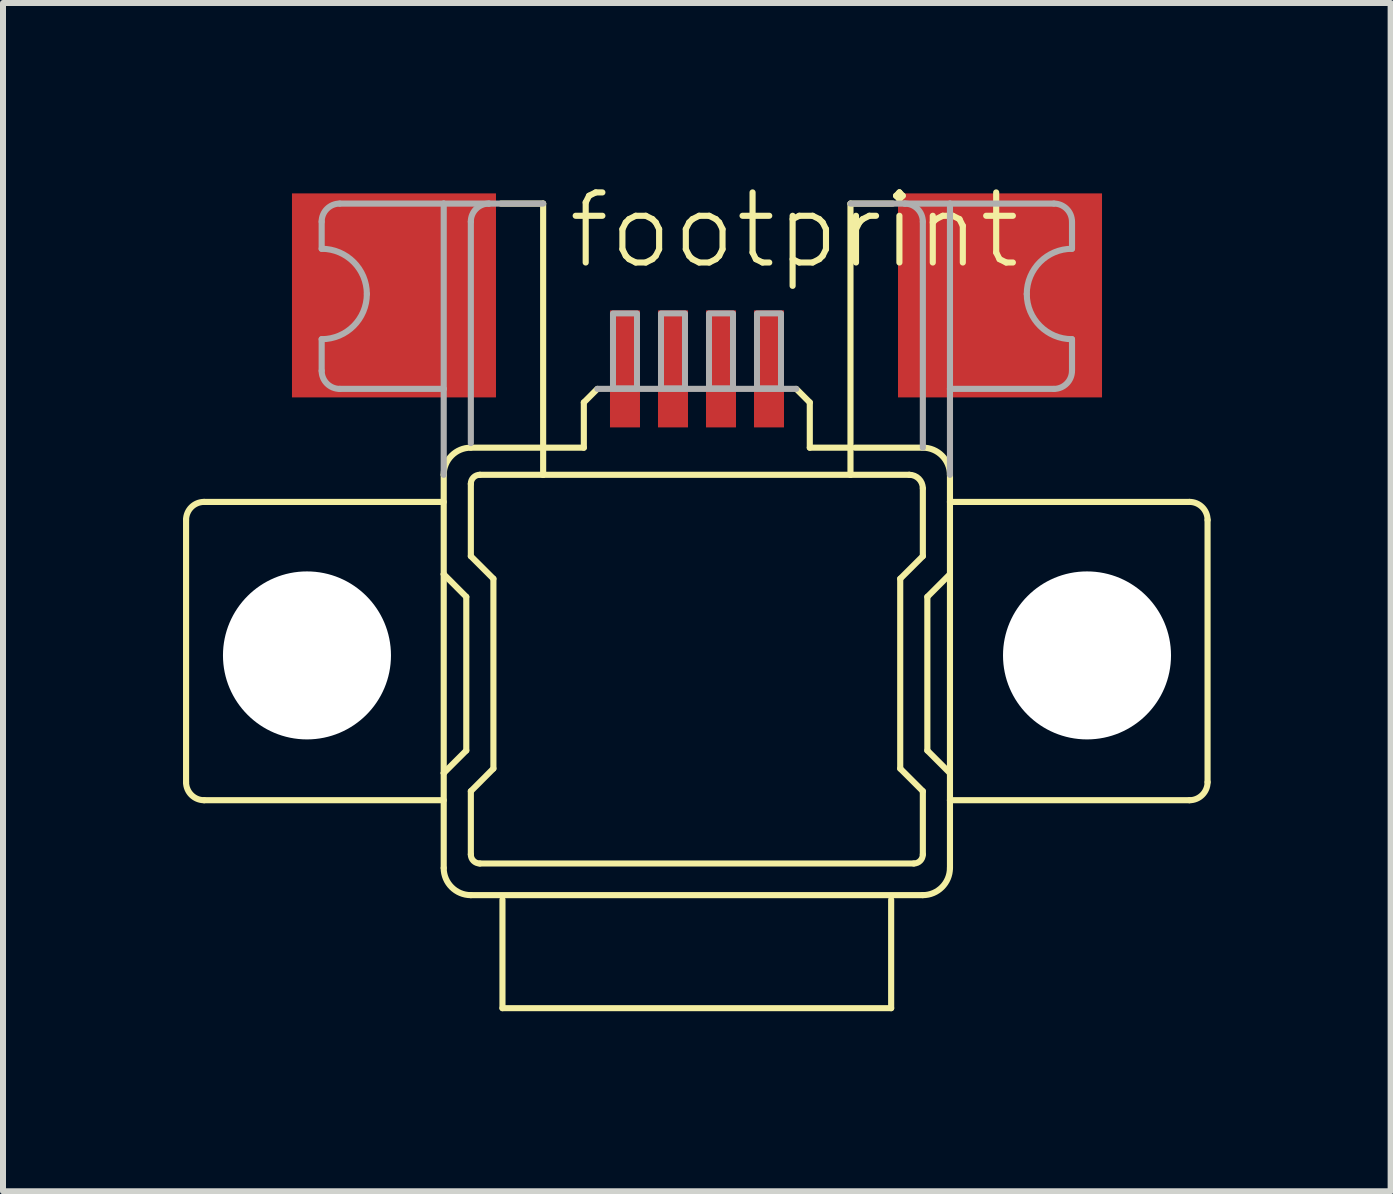
<source format=kicad_pcb>
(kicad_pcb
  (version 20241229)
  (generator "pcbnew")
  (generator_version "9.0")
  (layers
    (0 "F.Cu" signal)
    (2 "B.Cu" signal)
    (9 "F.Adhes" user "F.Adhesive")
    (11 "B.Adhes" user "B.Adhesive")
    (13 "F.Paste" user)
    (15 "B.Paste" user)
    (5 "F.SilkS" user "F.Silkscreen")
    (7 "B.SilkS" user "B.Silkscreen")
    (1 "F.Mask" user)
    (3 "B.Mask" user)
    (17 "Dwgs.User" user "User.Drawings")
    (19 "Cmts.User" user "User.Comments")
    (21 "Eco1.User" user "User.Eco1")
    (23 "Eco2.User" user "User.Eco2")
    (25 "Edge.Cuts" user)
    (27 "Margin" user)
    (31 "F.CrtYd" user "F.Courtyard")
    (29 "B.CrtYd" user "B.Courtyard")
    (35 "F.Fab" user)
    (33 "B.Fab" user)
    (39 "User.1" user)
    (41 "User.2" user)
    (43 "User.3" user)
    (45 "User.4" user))
  (footprint "footprint"
    (layer "F.Cu")
    (at 8.566 7.873)
    (property "Reference" "footprint" (at -2.2 -6.4 0) (layer "F.SilkS") (effects (font (size 1.168 1.168) (thickness 0.102)) (justify left bottom)))
    (fp_line (start -8.515 -2.257) (end -8.515 2.112) (stroke (width 0.102) (type solid)) (layer "F.SilkS"))
    (fp_line (start -8.214 2.413) (end -4.221 2.413) (stroke (width 0.102) (type solid)) (layer "F.SilkS"))
    (fp_line (start -4.221 -2.558) (end -8.214 -2.558) (stroke (width 0.102) (type solid)) (layer "F.SilkS"))
    (fp_line (start -4.221 -3.01) (end -4.221 -1.353) (stroke (width 0.102) (type solid)) (layer "F.SilkS"))
    (fp_line (start -4.221 -1.353) (end -4.221 1.961) (stroke (width 0.102) (type solid)) (layer "F.SilkS"))
    (fp_line (start -4.221 -1.353) (end -3.845 -0.976) (stroke (width 0.102) (type solid)) (layer "F.SilkS"))
    (fp_line (start -4.221 1.961) (end -4.221 3.543) (stroke (width 0.102) (type solid)) (layer "F.SilkS"))
    (fp_line (start -3.845 -0.976) (end -3.845 1.585) (stroke (width 0.102) (type solid)) (layer "F.SilkS"))
    (fp_line (start -3.845 1.585) (end -4.221 1.961) (stroke (width 0.102) (type solid)) (layer "F.SilkS"))
    (fp_line (start -3.769 -1.654) (end -3.769 -2.86) (stroke (width 0.102) (type solid)) (layer "F.SilkS"))
    (fp_line (start -3.769 2.263) (end -3.393 1.886) (stroke (width 0.102) (type solid)) (layer "F.SilkS"))
    (fp_line (start -3.769 3.317) (end -3.769 2.263) (stroke (width 0.102) (type solid)) (layer "F.SilkS"))
    (fp_line (start -3.769 3.995) (end 3.764 3.995) (stroke (width 0.102) (type solid)) (layer "F.SilkS"))
    (fp_line (start -3.619 -3.01) (end -2.564 -3.01) (stroke (width 0.102) (type solid)) (layer "F.SilkS"))
    (fp_line (start -3.393 -1.278) (end -3.769 -1.654) (stroke (width 0.102) (type solid)) (layer "F.SilkS"))
    (fp_line (start -3.393 1.886) (end -3.393 -1.278) (stroke (width 0.102) (type solid)) (layer "F.SilkS"))
    (fp_line (start -3.242 4.071) (end -3.242 5.879) (stroke (width 0.102) (type solid)) (layer "F.SilkS"))
    (fp_line (start -3.242 5.879) (end 3.236 5.879) (stroke (width 0.102) (type solid)) (layer "F.SilkS"))
    (fp_line (start -2.564 -3.01) (end 2.558 -3.01) (stroke (width 0.102) (type solid)) (layer "F.SilkS"))
    (fp_line (start -2.564 -7.53) (end -3.268 -7.53) (stroke (width 0.102) (type solid)) (layer "F.SilkS"))
    (fp_line (start -2.564 -7.53) (end -2.564 -3.462) (stroke (width 0.102) (type solid)) (layer "F.SilkS"))
    (fp_line (start -2.564 -3.462) (end -3.769 -3.462) (stroke (width 0.102) (type solid)) (layer "F.SilkS"))
    (fp_line (start -2.564 -3.462) (end -2.564 -3.01) (stroke (width 0.102) (type solid)) (layer "F.SilkS"))
    (fp_line (start -2.564 -3.462) (end -1.886 -3.462) (stroke (width 0.102) (type solid)) (layer "F.SilkS"))
    (fp_line (start -1.886 -4.216) (end -1.66 -4.442) (stroke (width 0.102) (type solid)) (layer "F.SilkS"))
    (fp_line (start -1.886 -3.462) (end -1.886 -4.216) (stroke (width 0.102) (type solid)) (layer "F.SilkS"))
    (fp_line (start 1.654 -4.442) (end 1.88 -4.216) (stroke (width 0.102) (type solid)) (layer "F.SilkS"))
    (fp_line (start 1.88 -4.216) (end 1.88 -3.462) (stroke (width 0.102) (type solid)) (layer "F.SilkS"))
    (fp_line (start 1.88 -3.462) (end 2.558 -3.462) (stroke (width 0.102) (type solid)) (layer "F.SilkS"))
    (fp_line (start 2.558 -7.53) (end 2.558 -3.462) (stroke (width 0.102) (type solid)) (layer "F.SilkS"))
    (fp_line (start 2.558 -7.53) (end 3.262 -7.53) (stroke (width 0.102) (type solid)) (layer "F.SilkS"))
    (fp_line (start 2.558 -3.462) (end 2.558 -3.01) (stroke (width 0.102) (type solid)) (layer "F.SilkS"))
    (fp_line (start 2.558 -3.01) (end 3.538 -3.01) (stroke (width 0.102) (type solid)) (layer "F.SilkS"))
    (fp_line (start 2.634 -3.462) (end 3.764 -3.462) (stroke (width 0.102) (type solid)) (layer "F.SilkS"))
    (fp_line (start 3.236 5.879) (end 3.236 4.071) (stroke (width 0.102) (type solid)) (layer "F.SilkS"))
    (fp_line (start 3.387 -1.278) (end 3.387 1.886) (stroke (width 0.102) (type solid)) (layer "F.SilkS"))
    (fp_line (start 3.387 1.886) (end 3.764 2.263) (stroke (width 0.102) (type solid)) (layer "F.SilkS"))
    (fp_line (start 3.613 3.468) (end -3.619 3.468) (stroke (width 0.102) (type solid)) (layer "F.SilkS"))
    (fp_line (start 3.764 -2.784) (end 3.764 -1.654) (stroke (width 0.102) (type solid)) (layer "F.SilkS"))
    (fp_line (start 3.764 -1.654) (end 3.387 -1.278) (stroke (width 0.102) (type solid)) (layer "F.SilkS"))
    (fp_line (start 3.764 2.263) (end 3.764 3.317) (stroke (width 0.102) (type solid)) (layer "F.SilkS"))
    (fp_line (start 3.839 -0.976) (end 4.215 -1.353) (stroke (width 0.102) (type solid)) (layer "F.SilkS"))
    (fp_line (start 3.839 1.585) (end 3.839 -0.976) (stroke (width 0.102) (type solid)) (layer "F.SilkS"))
    (fp_line (start 4.215 1.961) (end 3.839 1.585) (stroke (width 0.102) (type solid)) (layer "F.SilkS"))
    (fp_line (start 4.216 -2.558) (end 4.216 -3.01) (stroke (width 0.102) (type solid)) (layer "F.SilkS"))
    (fp_line (start 4.216 -2.558) (end 8.208 -2.558) (stroke (width 0.102) (type solid)) (layer "F.SilkS"))
    (fp_line (start 4.216 2.413) (end 4.216 -2.558) (stroke (width 0.102) (type solid)) (layer "F.SilkS"))
    (fp_line (start 4.216 3.543) (end 4.216 2.413) (stroke (width 0.102) (type solid)) (layer "F.SilkS"))
    (fp_line (start 8.208 2.413) (end 4.216 2.413) (stroke (width 0.102) (type solid)) (layer "F.SilkS"))
    (fp_line (start 8.509 -2.257) (end 8.509 2.112) (stroke (width 0.102) (type solid)) (layer "F.SilkS"))
    (fp_arc (start -8.5153 -2.257) (mid -8.427022 -2.470122) (end -8.2139 -2.5584) (stroke (width 0.1016) (type solid)) (layer "F.SilkS"))
    (fp_arc (start -8.214 2.4134) (mid -8.426993 2.325093) (end -8.5153 2.1121) (stroke (width 0.1016) (type solid)) (layer "F.SilkS"))
    (fp_arc (start -4.2214 -3.0103) (mid -4.089012 -3.329912) (end -3.7694 -3.4623) (stroke (width 0.1016) (type solid)) (layer "F.SilkS"))
    (fp_arc (start -3.7694 -2.8597) (mid -3.72529 -2.96619) (end -3.6188 -3.0103) (stroke (width 0.1016) (type solid)) (layer "F.SilkS"))
    (fp_arc (start -3.7694 3.9953) (mid -4.089012 3.862912) (end -4.2214 3.5433) (stroke (width 0.1016) (type solid)) (layer "F.SilkS"))
    (fp_arc (start -3.6187 3.468) (mid -3.725232 3.423832) (end -3.7694 3.3173) (stroke (width 0.1016) (type solid)) (layer "F.SilkS"))
    (fp_arc (start 3.5377 -3.0103) (mid 3.697435 -2.944135) (end 3.7636 -2.7844) (stroke (width 0.1016) (type solid)) (layer "F.SilkS"))
    (fp_arc (start 3.7636 -3.4623) (mid 4.083212 -3.329912) (end 4.2156 -3.0103) (stroke (width 0.1016) (type solid)) (layer "F.SilkS"))
    (fp_arc (start 3.7636 3.3174) (mid 3.71949 3.42389) (end 3.613 3.468) (stroke (width 0.1016) (type solid)) (layer "F.SilkS"))
    (fp_arc (start 4.2155 3.5433) (mid 4.083112 3.862912) (end 3.7635 3.9953) (stroke (width 0.1016) (type solid)) (layer "F.SilkS"))
    (fp_arc (start 8.208 -2.5584) (mid 8.421122 -2.470122) (end 8.5094 -2.257) (stroke (width 0.1016) (type solid)) (layer "F.SilkS"))
    (fp_arc (start 8.5094 2.1121) (mid 8.421093 2.325093) (end 8.2081 2.4134) (stroke (width 0.1016) (type solid)) (layer "F.SilkS"))
    (fp_line (start -6.255 -7.229) (end -6.255 -6.777) (stroke (width 0.102) (type solid)) (layer "F.Fab"))
    (fp_line (start -6.255 -5.27) (end -6.255 -4.743) (stroke (width 0.102) (type solid)) (layer "F.Fab"))
    (fp_line (start -5.954 -4.442) (end -4.221 -4.442) (stroke (width 0.102) (type solid)) (layer "F.Fab"))
    (fp_line (start -4.221 -7.53) (end -5.954 -7.53) (stroke (width 0.102) (type solid)) (layer "F.Fab"))
    (fp_line (start -4.221 -4.442) (end -4.221 -7.53) (stroke (width 0.102) (type solid)) (layer "F.Fab"))
    (fp_line (start -4.221 -7.53) (end -3.468 -7.53) (stroke (width 0.102) (type solid)) (layer "F.Fab"))
    (fp_line (start -4.221 -4.442) (end -4.221 -3.01) (stroke (width 0.102) (type solid)) (layer "F.Fab"))
    (fp_line (start -3.769 -7.229) (end -3.769 -3.538) (stroke (width 0.102) (type solid)) (layer "F.Fab"))
    (fp_line (start -2.564 -7.53) (end -3.468 -7.53) (stroke (width 0.102) (type solid)) (layer "F.Fab"))
    (fp_line (start -1.66 -4.442) (end 1.654 -4.442) (stroke (width 0.102) (type solid)) (layer "F.Fab"))
    (fp_line (start 2.558 -7.53) (end 3.462 -7.53) (stroke (width 0.102) (type solid)) (layer "F.Fab"))
    (fp_line (start 3.462 -7.53) (end 4.215 -7.53) (stroke (width 0.102) (type solid)) (layer "F.Fab"))
    (fp_line (start 3.764 -7.229) (end 3.764 -3.462) (stroke (width 0.102) (type solid)) (layer "F.Fab"))
    (fp_line (start 4.216 -7.53) (end 5.948 -7.53) (stroke (width 0.102) (type solid)) (layer "F.Fab"))
    (fp_line (start 4.216 -4.442) (end 4.216 -7.53) (stroke (width 0.102) (type solid)) (layer "F.Fab"))
    (fp_line (start 4.216 -3.01) (end 4.216 -4.442) (stroke (width 0.102) (type solid)) (layer "F.Fab"))
    (fp_line (start 5.948 -4.442) (end 4.216 -4.442) (stroke (width 0.102) (type solid)) (layer "F.Fab"))
    (fp_line (start 6.25 -7.229) (end 6.25 -6.777) (stroke (width 0.102) (type solid)) (layer "F.Fab"))
    (fp_line (start 6.25 -5.27) (end 6.25 -4.743) (stroke (width 0.102) (type solid)) (layer "F.Fab"))
    (fp_arc (start -6.2554 -7.2288) (mid -6.167151 -7.441851) (end -5.9541 -7.5301) (stroke (width 0.1016) (type solid)) (layer "F.Fab"))
    (fp_arc (start -6.2553 -6.7768) (mid -5.722607 -6.556194) (end -5.501999 -6.023501) (stroke (width 0.1016) (type solid)) (layer "F.Fab"))
    (fp_arc (start -5.953999 -4.441599) (mid -6.16711 -4.529789) (end -6.2553 -4.7429) (stroke (width 0.1016) (type solid)) (layer "F.Fab"))
    (fp_arc (start -5.502 -6.0235) (mid -5.722636 -5.490836) (end -6.2553 -5.2702) (stroke (width 0.1016) (type solid)) (layer "F.Fab"))
    (fp_arc (start -3.7694 -7.2288) (mid -3.681093 -7.441793) (end -3.4681 -7.5301) (stroke (width 0.1016) (type solid)) (layer "F.Fab"))
    (fp_arc (start 3.4623 -7.5301) (mid 3.675351 -7.441851) (end 3.7636 -7.2288) (stroke (width 0.1016) (type solid)) (layer "F.Fab"))
    (fp_arc (start 5.496199 -6.023499) (mid 5.716865 -6.556134) (end 6.2495 -6.7768) (stroke (width 0.1016) (type solid)) (layer "F.Fab"))
    (fp_arc (start 5.9482 -7.5301) (mid 6.161251 -7.441851) (end 6.2495 -7.2288) (stroke (width 0.1016) (type solid)) (layer "F.Fab"))
    (fp_arc (start 6.2495 -5.2702) (mid 5.716836 -5.490836) (end 5.4962 -6.0235) (stroke (width 0.1016) (type solid)) (layer "F.Fab"))
    (fp_arc (start 6.2495 -4.7429) (mid 6.161251 -4.529849) (end 5.9482 -4.4416) (stroke (width 0.1016) (type solid)) (layer "F.Fab"))
    (fp_poly (pts (xy -1.4 -4.45) (xy -1 -4.45) (xy -1 -5.7) (xy -1.4 -5.7)) (stroke (width 0.1) (type solid)) (fill no) (layer "F.Fab"))
    (fp_poly (pts (xy -0.6 -4.45) (xy -0.2 -4.45) (xy -0.2 -5.7) (xy -0.6 -5.7)) (stroke (width 0.1) (type solid)) (fill no) (layer "F.Fab"))
    (fp_poly (pts (xy 0.2 -4.45) (xy 0.6 -4.45) (xy 0.6 -5.7) (xy 0.2 -5.7)) (stroke (width 0.1) (type solid)) (fill no) (layer "F.Fab"))
    (fp_poly (pts (xy 1 -4.45) (xy 1.4 -4.45) (xy 1.4 -5.7) (xy 1 -5.7)) (stroke (width 0.1) (type solid)) (fill no) (layer "F.Fab"))
    (pad "" np_thru_hole circle (at -6.5 0) (size 2.8 2.8) (drill 2.8) (layers "*.Cu" "*.Mask"))
    (pad "" np_thru_hole circle (at 6.5 0) (size 2.8 2.8) (drill 2.8) (layers "*.Cu" "*.Mask"))
    (pad "1" smd rect (at -1.2 -4.775) (size 0.5 1.95) (layers "F.Cu" "F.Mask" "F.Paste"))
    (pad "2" smd rect (at -0.4 -4.775) (size 0.5 1.95) (layers "F.Cu" "F.Mask" "F.Paste"))
    (pad "3" smd rect (at 0.4 -4.775) (size 0.5 1.95) (layers "F.Cu" "F.Mask" "F.Paste"))
    (pad "4" smd rect (at 1.2 -4.775) (size 0.5 1.95) (layers "F.Cu" "F.Mask" "F.Paste"))
    (pad "M1" smd rect (at -5.05 -6) (size 3.4 3.4) (layers "F.Cu" "F.Mask" "F.Paste"))
    (pad "M2" smd rect (at 5.05 -6) (size 3.4 3.4) (layers "F.Cu" "F.Mask" "F.Paste")))
  (gr_rect
    (start -3 -3)
    (end 20.126 16.803)
    (stroke (width 0.1) (type default))
    (fill no)
    (layer "Edge.Cuts")))
</source>
